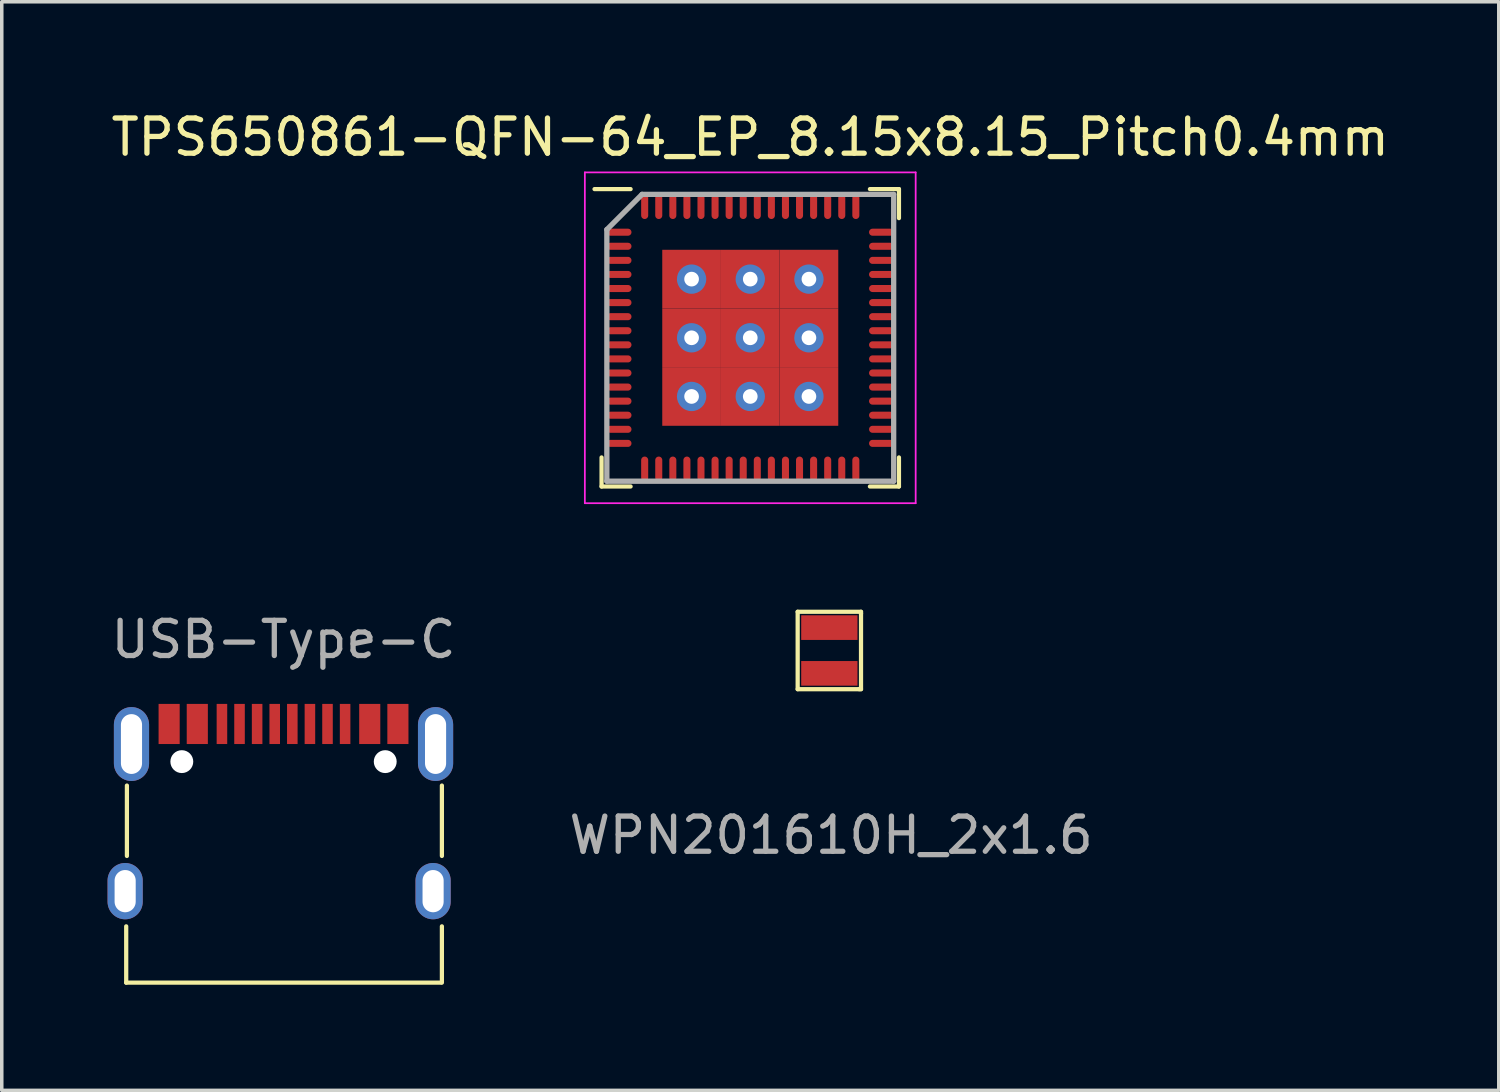
<source format=kicad_pcb>
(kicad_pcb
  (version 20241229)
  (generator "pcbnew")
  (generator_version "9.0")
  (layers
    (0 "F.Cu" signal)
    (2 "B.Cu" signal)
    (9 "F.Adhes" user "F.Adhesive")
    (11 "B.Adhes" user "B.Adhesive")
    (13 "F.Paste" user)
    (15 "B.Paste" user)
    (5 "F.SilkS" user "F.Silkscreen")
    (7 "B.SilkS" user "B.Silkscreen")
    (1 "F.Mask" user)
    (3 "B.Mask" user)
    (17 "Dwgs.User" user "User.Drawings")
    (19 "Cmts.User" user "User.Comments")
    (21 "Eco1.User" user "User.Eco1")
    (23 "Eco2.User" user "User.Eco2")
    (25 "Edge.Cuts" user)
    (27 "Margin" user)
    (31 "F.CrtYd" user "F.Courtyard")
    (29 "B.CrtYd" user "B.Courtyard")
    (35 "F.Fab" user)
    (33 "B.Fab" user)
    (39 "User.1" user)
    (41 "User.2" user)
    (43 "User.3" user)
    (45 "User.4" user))
  (footprint "USB-Type-C"
    (layer "F.Cu")
    (at 5.006 17.521)
    (property "Reference" "USB-Type-C" (at 0 -2.4 0) (unlocked yes) (layer "User.1") (effects (font (size 1 1) (thickness 0.15))))
    (fp_line (start -4.47 7.35) (end -4.47 5.75) (stroke (width 0.12) (type solid)) (layer "F.SilkS"))
    (fp_line (start -4.47 7.35) (end 4.47 7.35) (stroke (width 0.12) (type solid)) (layer "F.SilkS"))
    (fp_line (start -4.45 3.75) (end -4.45 1.75) (stroke (width 0.12) (type solid)) (layer "F.SilkS"))
    (fp_line (start 4.5 3.75) (end 4.5 1.75) (stroke (width 0.12) (type solid)) (layer "F.SilkS"))
    (fp_line (start 4.5 7.35) (end 4.5 5.75) (stroke (width 0.12) (type solid)) (layer "F.SilkS"))
    (fp_text user "${REFERENCE}" (at 0 -2.4 0) (unlocked yes) (layer "F.Fab") (effects (font (size 1 1) (thickness 0.15))))
    (pad "" np_thru_hole circle (at -2.89 1.07 90) (size 0.65 0.65) (drill 0.65) (layers "*.Cu" "*.Mask"))
    (pad "" np_thru_hole circle (at 2.89 1.07 90) (size 0.65 0.65) (drill 0.65) (layers "*.Cu" "*.Mask"))
    (pad "A5" smd rect (at -1.25 0) (size 0.3 1.14) (layers "F.Cu" "F.Mask" "F.Paste"))
    (pad "A6" smd rect (at -0.25 0) (size 0.3 1.14) (layers "F.Cu" "F.Mask" "F.Paste"))
    (pad "A7" smd rect (at 0.25 0 180) (size 0.3 1.14) (layers "F.Cu" "F.Mask" "F.Paste"))
    (pad "A8" smd rect (at 1.25 0 180) (size 0.3 1.14) (layers "F.Cu" "F.Mask" "F.Paste"))
    (pad "B1" smd rect (at 3.25 0 180) (size 0.6 1.14) (layers "F.Cu" "F.Mask" "F.Paste"))
    (pad "B4" smd rect (at 2.45 0 180) (size 0.6 1.14) (layers "F.Cu" "F.Mask" "F.Paste"))
    (pad "B5" smd rect (at 1.75 0 180) (size 0.3 1.14) (layers "F.Cu" "F.Mask" "F.Paste"))
    (pad "B6" smd rect (at 0.75 0 180) (size 0.3 1.14) (layers "F.Cu" "F.Mask" "F.Paste"))
    (pad "B7" smd rect (at -0.75 0) (size 0.3 1.14) (layers "F.Cu" "F.Mask" "F.Paste"))
    (pad "B8" smd rect (at -1.75 0) (size 0.3 1.14) (layers "F.Cu" "F.Mask" "F.Paste"))
    (pad "B9" smd rect (at -2.45 0) (size 0.6 1.14) (layers "F.Cu" "F.Mask" "F.Paste"))
    (pad "B12" smd rect (at -3.25 0) (size 0.6 1.14) (layers "F.Cu" "F.Mask" "F.Paste"))
    (pad "S1" thru_hole oval (at -4.32 0.57 90) (size 2.1 1) (drill oval 1.7 0.6) (layers "*.Cu" "*.Mask"))
    (pad "S2" thru_hole oval (at -4.5 4.75 90) (size 1.6 1) (drill oval 1.2 0.6) (layers "*.Cu" "*.Mask"))
    (pad "S3" thru_hole oval (at 4.32 0.57 90) (size 2.1 1) (drill oval 1.7 0.6) (layers "*.Cu" "*.Mask"))
    (pad "S4" thru_hole oval (at 4.25 4.75 90) (size 1.6 1) (drill oval 1.2 0.6) (layers "*.Cu" "*.Mask")))
  (footprint "WPN201610H_2x1.6"
    (layer "F.Cu")
    (at 20.515 15.433)
    (property "Reference" "WPN201610H_2x1.6" (at 0.05 2.25 0) (unlocked yes) (layer "User.1") (effects (font (size 1 1) (thickness 0.15))))
    (fp_line (start -0.9 -1.1) (end -0.9 1.1) (stroke (width 0.12) (type solid)) (layer "F.SilkS"))
    (fp_line (start -0.9 1.1) (end 0.85 1.1) (stroke (width 0.12) (type solid)) (layer "F.SilkS"))
    (fp_line (start 0.85 1.1) (end 0.9 1.1) (stroke (width 0.12) (type solid)) (layer "F.SilkS"))
    (fp_line (start 0.9 -1.1) (end -0.9 -1.1) (stroke (width 0.12) (type solid)) (layer "F.SilkS"))
    (fp_line (start 0.9 -1.05) (end 0.9 -1.1) (stroke (width 0.12) (type solid)) (layer "F.SilkS"))
    (fp_line (start 0.9 1.1) (end 0.9 -1.05) (stroke (width 0.12) (type solid)) (layer "F.SilkS"))
    (fp_text user "${REFERENCE}" (at 0.05 5.25 0) (unlocked yes) (layer "F.Fab") (effects (font (size 1 1) (thickness 0.15))))
    (pad "1" smd rect (at 0 -0.65) (size 1.6 0.7) (layers "F.Cu" "F.Mask" "F.Paste"))
    (pad "2" smd rect (at 0 0.65) (size 1.6 0.7) (layers "F.Cu" "F.Mask" "F.Paste")))
  (footprint "TPS650861-QFN-64_EP_8.15x8.15_Pitch0.4mm"
    (layer "F.Cu")
    (at 18.268 6.548)
    (property "Reference" "TPS650861-QFN-64_EP_8.15x8.15_Pitch0.4mm" (at 0 -5.7 0) (layer "F.SilkS") (effects (font (size 1 1) (thickness 0.15))))
    (attr through_hole)
    (fp_line (start -4.225 4.225) (end -4.225 3.4) (stroke (width 0.12) (type solid)) (layer "F.SilkS"))
    (fp_line (start -3.4 -4.225) (end -4.425 -4.225) (stroke (width 0.12) (type solid)) (layer "F.SilkS"))
    (fp_line (start -3.4 4.225) (end -4.225 4.225) (stroke (width 0.12) (type solid)) (layer "F.SilkS"))
    (fp_line (start 3.4 -4.225) (end 4.225 -4.225) (stroke (width 0.12) (type solid)) (layer "F.SilkS"))
    (fp_line (start 3.4 4.225) (end 4.225 4.225) (stroke (width 0.12) (type solid)) (layer "F.SilkS"))
    (fp_line (start 4.225 -4.225) (end 4.225 -3.4) (stroke (width 0.12) (type solid)) (layer "F.SilkS"))
    (fp_line (start 4.225 4.225) (end 4.225 3.4) (stroke (width 0.12) (type solid)) (layer "F.SilkS"))
    (fp_line (start -4.7 -4.7) (end 4.7 -4.7) (stroke (width 0.05) (type solid)) (layer "F.CrtYd"))
    (fp_line (start -4.7 4.7) (end -4.7 -4.7) (stroke (width 0.05) (type solid)) (layer "F.CrtYd"))
    (fp_line (start 4.7 -4.7) (end 4.7 4.7) (stroke (width 0.05) (type solid)) (layer "F.CrtYd"))
    (fp_line (start 4.7 4.7) (end -4.7 4.7) (stroke (width 0.05) (type solid)) (layer "F.CrtYd"))
    (fp_line (start -4.075 -3.075) (end -4.075 4.075) (stroke (width 0.15) (type solid)) (layer "F.Fab"))
    (fp_line (start -4.075 4.075) (end 4.075 4.075) (stroke (width 0.15) (type solid)) (layer "F.Fab"))
    (fp_line (start -3.075 -4.075) (end -4.075 -3.075) (stroke (width 0.15) (type solid)) (layer "F.Fab"))
    (fp_line (start 4.075 -4.075) (end -3.075 -4.075) (stroke (width 0.15) (type solid)) (layer "F.Fab"))
    (fp_line (start 4.075 4.075) (end 4.075 -4.075) (stroke (width 0.15) (type solid)) (layer "F.Fab"))
    (pad "1" smd oval (at -3.725 -3 90) (size 0.2 0.7) (layers "F.Cu" "F.Mask" "F.Paste"))
    (pad "2" smd oval (at -3.725 -2.6 90) (size 0.2 0.7) (layers "F.Cu" "F.Mask" "F.Paste"))
    (pad "3" smd oval (at -3.725 -2.2 90) (size 0.2 0.7) (layers "F.Cu" "F.Mask" "F.Paste"))
    (pad "4" smd oval (at -3.725 -1.8 90) (size 0.2 0.7) (layers "F.Cu" "F.Mask" "F.Paste"))
    (pad "5" smd oval (at -3.725 -1.4 90) (size 0.2 0.7) (layers "F.Cu" "F.Mask" "F.Paste"))
    (pad "6" smd oval (at -3.725 -1 90) (size 0.2 0.7) (layers "F.Cu" "F.Mask" "F.Paste"))
    (pad "7" smd oval (at -3.725 -0.6 90) (size 0.2 0.7) (layers "F.Cu" "F.Mask" "F.Paste"))
    (pad "8" smd oval (at -3.725 -0.2 90) (size 0.2 0.7) (layers "F.Cu" "F.Mask" "F.Paste"))
    (pad "9" smd oval (at -3.725 0.2 90) (size 0.2 0.7) (layers "F.Cu" "F.Mask" "F.Paste"))
    (pad "10" smd oval (at -3.725 0.6 90) (size 0.2 0.7) (layers "F.Cu" "F.Mask" "F.Paste"))
    (pad "11" smd oval (at -3.725 1 90) (size 0.2 0.7) (layers "F.Cu" "F.Mask" "F.Paste"))
    (pad "12" smd oval (at -3.725 1.4 90) (size 0.2 0.7) (layers "F.Cu" "F.Mask" "F.Paste"))
    (pad "13" smd oval (at -3.725 1.8 90) (size 0.2 0.7) (layers "F.Cu" "F.Mask" "F.Paste"))
    (pad "14" smd oval (at -3.725 2.2 90) (size 0.2 0.7) (layers "F.Cu" "F.Mask" "F.Paste"))
    (pad "15" smd oval (at -3.725 2.6 90) (size 0.2 0.7) (layers "F.Cu" "F.Mask" "F.Paste"))
    (pad "16" smd oval (at -3.725 3 90) (size 0.2 0.7) (layers "F.Cu" "F.Mask" "F.Paste"))
    (pad "17" smd oval (at -3 3.725) (size 0.2 0.7) (layers "F.Cu" "F.Mask" "F.Paste"))
    (pad "18" smd oval (at -2.6 3.725) (size 0.2 0.7) (layers "F.Cu" "F.Mask" "F.Paste"))
    (pad "19" smd oval (at -2.2 3.725) (size 0.2 0.7) (layers "F.Cu" "F.Mask" "F.Paste"))
    (pad "20" smd oval (at -1.8 3.725) (size 0.2 0.7) (layers "F.Cu" "F.Mask" "F.Paste"))
    (pad "21" smd oval (at -1.4 3.725) (size 0.2 0.7) (layers "F.Cu" "F.Mask" "F.Paste"))
    (pad "22" smd oval (at -1 3.725) (size 0.2 0.7) (layers "F.Cu" "F.Mask" "F.Paste"))
    (pad "23" smd oval (at -0.6 3.725) (size 0.2 0.7) (layers "F.Cu" "F.Mask" "F.Paste"))
    (pad "24" smd oval (at -0.2 3.725) (size 0.2 0.7) (layers "F.Cu" "F.Mask" "F.Paste"))
    (pad "25" smd oval (at 0.2 3.725) (size 0.2 0.7) (layers "F.Cu" "F.Mask" "F.Paste"))
    (pad "26" smd oval (at 0.6 3.725) (size 0.2 0.7) (layers "F.Cu" "F.Mask" "F.Paste"))
    (pad "27" smd oval (at 1 3.725) (size 0.2 0.7) (layers "F.Cu" "F.Mask" "F.Paste"))
    (pad "28" smd oval (at 1.4 3.725) (size 0.2 0.7) (layers "F.Cu" "F.Mask" "F.Paste"))
    (pad "29" smd oval (at 1.8 3.725) (size 0.2 0.7) (layers "F.Cu" "F.Mask" "F.Paste"))
    (pad "30" smd oval (at 2.2 3.725) (size 0.2 0.7) (layers "F.Cu" "F.Mask" "F.Paste"))
    (pad "31" smd oval (at 2.6 3.725) (size 0.2 0.7) (layers "F.Cu" "F.Mask" "F.Paste"))
    (pad "32" smd oval (at 3 3.725) (size 0.2 0.7) (layers "F.Cu" "F.Mask" "F.Paste"))
    (pad "33" smd oval (at 3.725 3 90) (size 0.2 0.7) (layers "F.Cu" "F.Mask" "F.Paste"))
    (pad "34" smd oval (at 3.725 2.6 90) (size 0.2 0.7) (layers "F.Cu" "F.Mask" "F.Paste"))
    (pad "35" smd oval (at 3.725 2.2 90) (size 0.2 0.7) (layers "F.Cu" "F.Mask" "F.Paste"))
    (pad "36" smd oval (at 3.725 1.8 90) (size 0.2 0.7) (layers "F.Cu" "F.Mask" "F.Paste"))
    (pad "37" smd oval (at 3.725 1.4 90) (size 0.2 0.7) (layers "F.Cu" "F.Mask" "F.Paste"))
    (pad "38" smd oval (at 3.725 1 90) (size 0.2 0.7) (layers "F.Cu" "F.Mask" "F.Paste"))
    (pad "39" smd oval (at 3.725 0.6 90) (size 0.2 0.7) (layers "F.Cu" "F.Mask" "F.Paste"))
    (pad "40" smd oval (at 3.725 0.2 90) (size 0.2 0.7) (layers "F.Cu" "F.Mask" "F.Paste"))
    (pad "41" smd oval (at 3.725 -0.2 90) (size 0.2 0.7) (layers "F.Cu" "F.Mask" "F.Paste"))
    (pad "42" smd oval (at 3.725 -0.6 90) (size 0.2 0.7) (layers "F.Cu" "F.Mask" "F.Paste"))
    (pad "43" smd oval (at 3.725 -1 90) (size 0.2 0.7) (layers "F.Cu" "F.Mask" "F.Paste"))
    (pad "44" smd oval (at 3.725 -1.4 90) (size 0.2 0.7) (layers "F.Cu" "F.Mask" "F.Paste"))
    (pad "45" smd oval (at 3.725 -1.8 90) (size 0.2 0.7) (layers "F.Cu" "F.Mask" "F.Paste"))
    (pad "46" smd oval (at 3.725 -2.2 90) (size 0.2 0.7) (layers "F.Cu" "F.Mask" "F.Paste"))
    (pad "47" smd oval (at 3.725 -2.6 90) (size 0.2 0.7) (layers "F.Cu" "F.Mask" "F.Paste"))
    (pad "48" smd oval (at 3.725 -3 90) (size 0.2 0.7) (layers "F.Cu" "F.Mask" "F.Paste"))
    (pad "49" smd oval (at 3 -3.725) (size 0.2 0.7) (layers "F.Cu" "F.Mask" "F.Paste"))
    (pad "50" smd oval (at 2.6 -3.725) (size 0.2 0.7) (layers "F.Cu" "F.Mask" "F.Paste"))
    (pad "51" smd oval (at 2.2 -3.725) (size 0.2 0.7) (layers "F.Cu" "F.Mask" "F.Paste"))
    (pad "52" smd oval (at 1.8 -3.725) (size 0.2 0.7) (layers "F.Cu" "F.Mask" "F.Paste"))
    (pad "53" smd oval (at 1.4 -3.725) (size 0.2 0.7) (layers "F.Cu" "F.Mask" "F.Paste"))
    (pad "54" smd oval (at 1 -3.725) (size 0.2 0.7) (layers "F.Cu" "F.Mask" "F.Paste"))
    (pad "55" smd oval (at 0.6 -3.725) (size 0.2 0.7) (layers "F.Cu" "F.Mask" "F.Paste"))
    (pad "56" smd oval (at 0.2 -3.725) (size 0.2 0.7) (layers "F.Cu" "F.Mask" "F.Paste"))
    (pad "57" smd oval (at -0.2 -3.725) (size 0.2 0.7) (layers "F.Cu" "F.Mask" "F.Paste"))
    (pad "58" smd oval (at -0.6 -3.725) (size 0.2 0.7) (layers "F.Cu" "F.Mask" "F.Paste"))
    (pad "59" smd oval (at -1 -3.725) (size 0.2 0.7) (layers "F.Cu" "F.Mask" "F.Paste"))
    (pad "60" smd oval (at -1.4 -3.725) (size 0.2 0.7) (layers "F.Cu" "F.Mask" "F.Paste"))
    (pad "61" smd oval (at -1.8 -3.725) (size 0.2 0.7) (layers "F.Cu" "F.Mask" "F.Paste"))
    (pad "62" smd oval (at -2.2 -3.725) (size 0.2 0.7) (layers "F.Cu" "F.Mask" "F.Paste"))
    (pad "63" smd oval (at -2.6 -3.725) (size 0.2 0.7) (layers "F.Cu" "F.Mask" "F.Paste"))
    (pad "64" smd oval (at -3 -3.725) (size 0.2 0.7) (layers "F.Cu" "F.Mask" "F.Paste"))
    (pad "65" thru_hole circle (at -1.667 -1.667) (size 0.833 0.833) (drill 0.417) (layers "*.Cu" "*.Mask"))
    (pad "65" smd rect (at -1.667 -1.667) (size 1.667 1.667) (layers "F.Cu" "F.Mask" "F.Paste"))
    (pad "65" thru_hole circle (at -1.667 0) (size 0.833 0.833) (drill 0.417) (layers "*.Cu" "*.Mask"))
    (pad "65" smd rect (at -1.667 0) (size 1.667 1.667) (layers "F.Cu" "F.Mask" "F.Paste"))
    (pad "65" thru_hole circle (at -1.667 1.667) (size 0.833 0.833) (drill 0.417) (layers "*.Cu" "*.Mask"))
    (pad "65" smd rect (at -1.667 1.667) (size 1.667 1.667) (layers "F.Cu" "F.Mask" "F.Paste"))
    (pad "65" thru_hole circle (at 0 -1.667) (size 0.833 0.833) (drill 0.417) (layers "*.Cu" "*.Mask"))
    (pad "65" smd rect (at 0 -1.667) (size 1.667 1.667) (layers "F.Cu" "F.Mask" "F.Paste"))
    (pad "65" thru_hole circle (at 0 0) (size 0.833 0.833) (drill 0.417) (layers "*.Cu" "*.Mask"))
    (pad "65" smd rect (at 0 0) (size 1.667 1.667) (layers "F.Cu" "F.Mask" "F.Paste"))
    (pad "65" thru_hole circle (at 0 1.667) (size 0.833 0.833) (drill 0.417) (layers "*.Cu" "*.Mask"))
    (pad "65" smd rect (at 0 1.667) (size 1.667 1.667) (layers "F.Cu" "F.Mask" "F.Paste"))
    (pad "65" thru_hole circle (at 1.667 -1.667) (size 0.833 0.833) (drill 0.417) (layers "*.Cu" "*.Mask"))
    (pad "65" smd rect (at 1.667 -1.667) (size 1.667 1.667) (layers "F.Cu" "F.Mask" "F.Paste"))
    (pad "65" thru_hole circle (at 1.667 0) (size 0.833 0.833) (drill 0.417) (layers "*.Cu" "*.Mask"))
    (pad "65" smd rect (at 1.667 0) (size 1.667 1.667) (layers "F.Cu" "F.Mask" "F.Paste"))
    (pad "65" thru_hole circle (at 1.667 1.667) (size 0.833 0.833) (drill 0.417) (layers "*.Cu" "*.Mask"))
    (pad "65" smd rect (at 1.667 1.667) (size 1.667 1.667) (layers "F.Cu" "F.Mask" "F.Paste")))
  (gr_rect
    (start -3 -3)
    (end 39.536 27.931)
    (stroke (width 0.1) (type default))
    (fill no)
    (layer "Edge.Cuts")))
</source>
